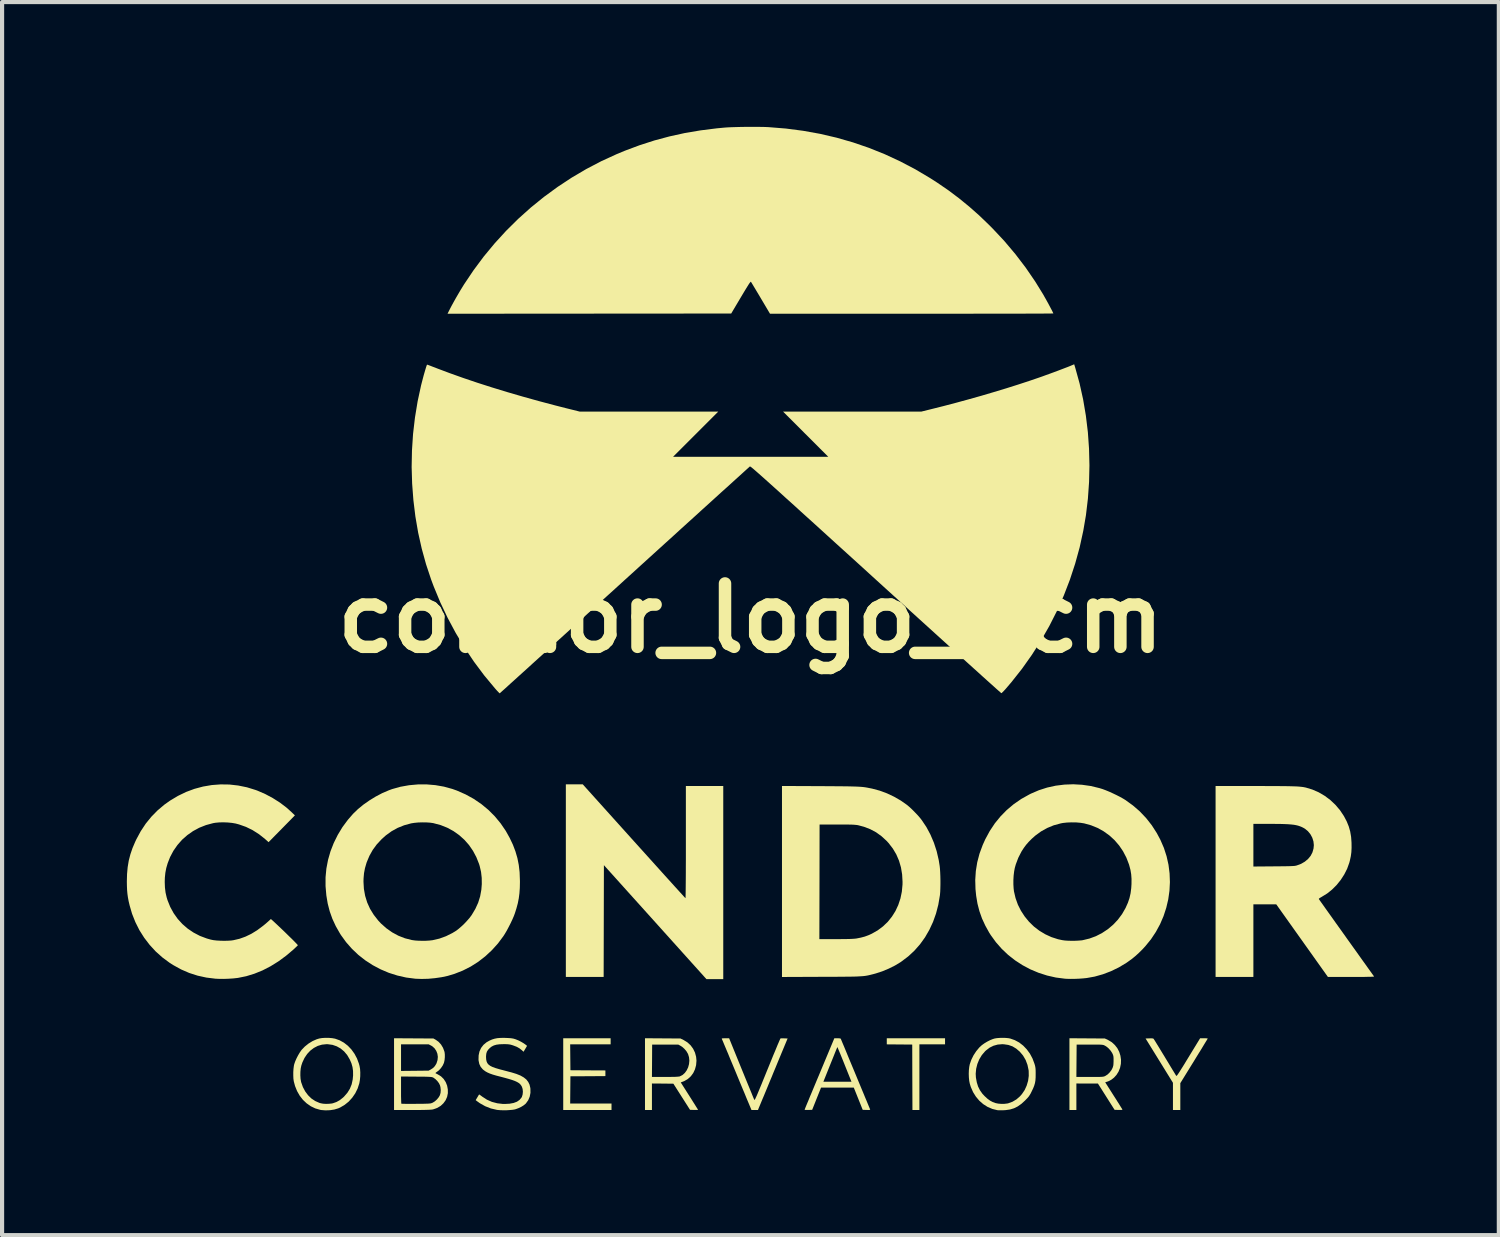
<source format=kicad_pcb>
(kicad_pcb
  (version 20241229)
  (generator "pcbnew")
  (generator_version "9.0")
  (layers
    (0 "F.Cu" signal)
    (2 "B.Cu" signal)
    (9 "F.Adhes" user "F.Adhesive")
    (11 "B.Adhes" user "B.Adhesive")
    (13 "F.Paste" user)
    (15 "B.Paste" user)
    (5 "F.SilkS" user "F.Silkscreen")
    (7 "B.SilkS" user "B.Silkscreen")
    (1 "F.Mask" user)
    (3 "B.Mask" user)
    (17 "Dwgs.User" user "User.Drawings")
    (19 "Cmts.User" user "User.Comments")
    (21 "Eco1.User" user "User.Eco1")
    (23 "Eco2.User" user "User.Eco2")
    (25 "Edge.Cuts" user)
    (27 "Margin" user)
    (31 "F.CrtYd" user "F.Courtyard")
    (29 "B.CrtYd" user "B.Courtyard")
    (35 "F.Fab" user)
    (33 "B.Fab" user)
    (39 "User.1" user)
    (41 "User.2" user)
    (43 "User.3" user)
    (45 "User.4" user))
  (footprint "condor_logo_3cm"
    (layer "F.Cu")
    (at 15 11.814)
    (property "Reference" "condor_logo_3cm" (at 0 0 0) (layer "F.SilkS") (effects (font (size 1.524 1.524) (thickness 0.3))))
    (attr board_only exclude_from_pos_files exclude_from_bom)
    (fp_poly (pts (xy 4.674 10.248) (xy 4.057 10.248) (xy 4.057 11.827) (xy 3.89 11.827) (xy 3.887 11.04) (xy 3.885 10.253) (xy 3.273 10.248) (xy 3.273 10.101) (xy 4.674 10.101)) (stroke (width 0) (type solid)) (fill yes) (layer "F.SilkS"))
    (fp_poly (pts (xy -3.367 10.248) (xy -4.34 10.248) (xy -4.337 10.559) (xy -4.334 10.87) (xy -3.914 10.873) (xy -3.493 10.875) (xy -3.493 11.011) (xy -3.914 11.014) (xy -4.334 11.016) (xy -4.337 11.343) (xy -4.34 11.67) (xy -3.346 11.67) (xy -3.346 11.827) (xy -4.507 11.827) (xy -4.507 10.101) (xy -3.367 10.101)) (stroke (width 0) (type solid)) (fill yes) (layer "F.SilkS"))
    (fp_poly (pts (xy -2.808 5.362) (xy -2.678 5.506) (xy -2.551 5.647) (xy -2.429 5.782) (xy -2.312 5.912) (xy -2.201 6.035) (xy -2.097 6.151) (xy -2 6.258) (xy -1.91 6.357) (xy -1.83 6.446) (xy -1.759 6.524) (xy -1.698 6.591) (xy -1.648 6.646) (xy -1.609 6.689) (xy -1.583 6.717) (xy -1.569 6.731) (xy -1.568 6.733) (xy -1.566 6.723) (xy -1.565 6.693) (xy -1.564 6.643) (xy -1.563 6.574) (xy -1.562 6.487) (xy -1.561 6.382) (xy -1.56 6.261) (xy -1.559 6.122) (xy -1.559 5.968) (xy -1.558 5.799) (xy -1.558 5.616) (xy -1.558 5.418) (xy -1.558 5.386) (xy -1.558 4.036) (xy -0.659 4.036) (xy -0.659 8.679) (xy -1.064 8.679) (xy -2.296 7.309) (xy -3.529 5.939) (xy -3.532 7.283) (xy -3.535 8.627) (xy -4.444 8.627) (xy -4.444 3.995) (xy -4.038 3.995)) (stroke (width 0) (type solid)) (fill yes) (layer "F.SilkS"))
    (fp_poly (pts (xy 10.94 10.102) (xy 10.971 10.104) (xy 10.988 10.106) (xy 10.99 10.107) (xy 10.985 10.117) (xy 10.97 10.143) (xy 10.945 10.183) (xy 10.912 10.237) (xy 10.873 10.302) (xy 10.827 10.378) (xy 10.775 10.461) (xy 10.719 10.552) (xy 10.661 10.647) (xy 10.331 11.181) (xy 10.331 11.827) (xy 10.154 11.827) (xy 10.154 11.172) (xy 9.496 10.107) (xy 9.586 10.104) (xy 9.638 10.103) (xy 9.67 10.106) (xy 9.688 10.113) (xy 9.689 10.114) (xy 9.696 10.126) (xy 9.714 10.153) (xy 9.74 10.195) (xy 9.773 10.249) (xy 9.813 10.314) (xy 9.858 10.388) (xy 9.907 10.469) (xy 9.96 10.555) (xy 9.96 10.556) (xy 10.013 10.643) (xy 10.062 10.724) (xy 10.107 10.799) (xy 10.147 10.865) (xy 10.181 10.92) (xy 10.207 10.963) (xy 10.224 10.991) (xy 10.232 11.004) (xy 10.232 11.004) (xy 10.236 11.006) (xy 10.242 11.004) (xy 10.252 10.995) (xy 10.265 10.978) (xy 10.283 10.952) (xy 10.307 10.916) (xy 10.337 10.868) (xy 10.375 10.808) (xy 10.422 10.733) (xy 10.477 10.642) (xy 10.526 10.562) (xy 10.807 10.102) (xy 10.899 10.102)) (stroke (width 0) (type solid)) (fill yes) (layer "F.SilkS"))
    (fp_poly (pts (xy -1.688 10.107) (xy -1.61 10.145) (xy -1.521 10.2) (xy -1.445 10.27) (xy -1.384 10.353) (xy -1.339 10.446) (xy -1.312 10.545) (xy -1.303 10.64) (xy -1.312 10.748) (xy -1.339 10.848) (xy -1.381 10.938) (xy -1.439 11.016) (xy -1.51 11.08) (xy -1.595 11.13) (xy -1.627 11.143) (xy -1.681 11.163) (xy -1.473 11.49) (xy -1.426 11.564) (xy -1.383 11.633) (xy -1.344 11.694) (xy -1.312 11.746) (xy -1.287 11.785) (xy -1.271 11.812) (xy -1.265 11.822) (xy -1.265 11.823) (xy -1.275 11.824) (xy -1.301 11.825) (xy -1.339 11.825) (xy -1.361 11.825) (xy -1.458 11.822) (xy -1.658 11.508) (xy -1.858 11.194) (xy -2.116 11.191) (xy -2.374 11.189) (xy -2.374 11.827) (xy -2.541 11.827) (xy -2.541 11.032) (xy -2.374 11.032) (xy -2.058 11.032) (xy -1.958 11.031) (xy -1.878 11.03) (xy -1.815 11.029) (xy -1.767 11.026) (xy -1.733 11.023) (xy -1.71 11.02) (xy -1.702 11.017) (xy -1.637 10.984) (xy -1.582 10.934) (xy -1.537 10.871) (xy -1.503 10.799) (xy -1.482 10.721) (xy -1.474 10.64) (xy -1.482 10.559) (xy -1.505 10.482) (xy -1.508 10.476) (xy -1.544 10.414) (xy -1.593 10.356) (xy -1.648 10.307) (xy -1.689 10.281) (xy -1.741 10.253) (xy -2.369 10.253) (xy -2.371 10.643) (xy -2.374 11.032) (xy -2.541 11.032) (xy -2.541 10.101)) (stroke (width 0) (type solid)) (fill yes) (layer "F.SilkS"))
    (fp_poly (pts (xy 2.134 10.103) (xy 2.161 10.109) (xy 2.168 10.115) (xy 2.172 10.126) (xy 2.184 10.155) (xy 2.203 10.201) (xy 2.229 10.262) (xy 2.26 10.336) (xy 2.296 10.423) (xy 2.336 10.521) (xy 2.38 10.627) (xy 2.428 10.742) (xy 2.479 10.864) (xy 2.52 10.963) (xy 2.572 11.089) (xy 2.622 11.209) (xy 2.669 11.323) (xy 2.713 11.428) (xy 2.752 11.523) (xy 2.788 11.608) (xy 2.817 11.679) (xy 2.841 11.737) (xy 2.859 11.78) (xy 2.87 11.806) (xy 2.873 11.813) (xy 2.872 11.82) (xy 2.86 11.824) (xy 2.833 11.826) (xy 2.79 11.825) (xy 2.786 11.825) (xy 2.694 11.822) (xy 2.48 11.288) (xy 1.692 11.288) (xy 1.479 11.822) (xy 1.388 11.825) (xy 1.347 11.825) (xy 1.316 11.824) (xy 1.299 11.822) (xy 1.297 11.82) (xy 1.301 11.81) (xy 1.312 11.781) (xy 1.33 11.736) (xy 1.355 11.676) (xy 1.386 11.603) (xy 1.421 11.516) (xy 1.462 11.419) (xy 1.506 11.313) (xy 1.554 11.198) (xy 1.575 11.147) (xy 1.748 11.147) (xy 2.424 11.147) (xy 2.256 10.728) (xy 2.221 10.64) (xy 2.188 10.559) (xy 2.158 10.486) (xy 2.132 10.423) (xy 2.111 10.373) (xy 2.096 10.337) (xy 2.087 10.317) (xy 2.084 10.314) (xy 2.08 10.324) (xy 2.068 10.352) (xy 2.05 10.395) (xy 2.027 10.452) (xy 2 10.52) (xy 1.969 10.597) (xy 1.935 10.681) (xy 1.914 10.733) (xy 1.748 11.147) (xy 1.575 11.147) (xy 1.605 11.076) (xy 1.655 10.957) (xy 2.012 10.101) (xy 2.087 10.101)) (stroke (width 0) (type solid)) (fill yes) (layer "F.SilkS"))
    (fp_poly (pts (xy -0.221 10.831) (xy -0.173 10.948) (xy -0.127 11.061) (xy -0.084 11.166) (xy -0.044 11.263) (xy -0.008 11.351) (xy 0.023 11.426) (xy 0.048 11.489) (xy 0.068 11.537) (xy 0.082 11.568) (xy 0.088 11.582) (xy 0.088 11.583) (xy 0.091 11.585) (xy 0.095 11.582) (xy 0.102 11.572) (xy 0.112 11.555) (xy 0.124 11.528) (xy 0.141 11.492) (xy 0.162 11.444) (xy 0.187 11.384) (xy 0.217 11.311) (xy 0.254 11.223) (xy 0.296 11.119) (xy 0.346 10.997) (xy 0.402 10.858) (xy 0.403 10.857) (xy 0.451 10.739) (xy 0.497 10.626) (xy 0.54 10.52) (xy 0.581 10.423) (xy 0.617 10.336) (xy 0.648 10.26) (xy 0.675 10.198) (xy 0.695 10.151) (xy 0.71 10.119) (xy 0.717 10.105) (xy 0.717 10.105) (xy 0.733 10.103) (xy 0.763 10.103) (xy 0.802 10.103) (xy 0.808 10.104) (xy 0.888 10.107) (xy 0.647 10.687) (xy 0.6 10.802) (xy 0.551 10.919) (xy 0.503 11.037) (xy 0.455 11.151) (xy 0.411 11.259) (xy 0.37 11.358) (xy 0.334 11.445) (xy 0.304 11.517) (xy 0.291 11.547) (xy 0.175 11.827) (xy 0.02 11.827) (xy -0.001 11.777) (xy -0.008 11.76) (xy -0.023 11.725) (xy -0.044 11.674) (xy -0.072 11.608) (xy -0.105 11.529) (xy -0.142 11.438) (xy -0.184 11.338) (xy -0.23 11.228) (xy -0.278 11.112) (xy -0.328 10.991) (xy -0.352 10.933) (xy -0.403 10.81) (xy -0.452 10.693) (xy -0.498 10.583) (xy -0.54 10.48) (xy -0.579 10.388) (xy -0.613 10.307) (xy -0.642 10.238) (xy -0.664 10.184) (xy -0.681 10.145) (xy -0.69 10.124) (xy -0.692 10.12) (xy -0.695 10.111) (xy -0.69 10.106) (xy -0.674 10.103) (xy -0.642 10.102) (xy -0.609 10.101) (xy -0.518 10.101)) (stroke (width 0) (type solid)) (fill yes) (layer "F.SilkS"))
    (fp_poly (pts (xy 8.517 10.107) (xy 8.597 10.145) (xy 8.684 10.197) (xy 8.757 10.264) (xy 8.817 10.341) (xy 8.862 10.428) (xy 8.891 10.521) (xy 8.905 10.618) (xy 8.902 10.716) (xy 8.882 10.813) (xy 8.845 10.905) (xy 8.796 10.983) (xy 8.738 11.047) (xy 8.671 11.099) (xy 8.6 11.136) (xy 8.58 11.143) (xy 8.525 11.16) (xy 8.729 11.481) (xy 8.776 11.554) (xy 8.819 11.623) (xy 8.858 11.684) (xy 8.89 11.736) (xy 8.915 11.776) (xy 8.932 11.803) (xy 8.938 11.814) (xy 8.936 11.821) (xy 8.922 11.824) (xy 8.893 11.825) (xy 8.847 11.825) (xy 8.846 11.825) (xy 8.75 11.822) (xy 8.55 11.506) (xy 8.35 11.19) (xy 7.832 11.189) (xy 7.832 11.827) (xy 7.665 11.827) (xy 7.665 11.032) (xy 7.832 11.032) (xy 8.154 11.032) (xy 8.244 11.032) (xy 8.317 11.032) (xy 8.373 11.031) (xy 8.416 11.03) (xy 8.449 11.028) (xy 8.473 11.025) (xy 8.491 11.022) (xy 8.507 11.017) (xy 8.522 11.01) (xy 8.528 11.007) (xy 8.58 10.974) (xy 8.63 10.926) (xy 8.673 10.87) (xy 8.702 10.815) (xy 8.713 10.782) (xy 8.721 10.75) (xy 8.724 10.71) (xy 8.726 10.658) (xy 8.726 10.64) (xy 8.726 10.588) (xy 8.724 10.55) (xy 8.719 10.522) (xy 8.711 10.496) (xy 8.698 10.468) (xy 8.697 10.464) (xy 8.658 10.403) (xy 8.607 10.345) (xy 8.55 10.298) (xy 8.516 10.278) (xy 8.501 10.271) (xy 8.487 10.265) (xy 8.47 10.261) (xy 8.45 10.258) (xy 8.422 10.256) (xy 8.384 10.254) (xy 8.334 10.254) (xy 8.27 10.253) (xy 8.188 10.253) (xy 8.151 10.253) (xy 7.838 10.253) (xy 7.835 10.643) (xy 7.832 11.032) (xy 7.665 11.032) (xy 7.665 10.101)) (stroke (width 0) (type solid)) (fill yes) (layer "F.SilkS"))
    (fp_poly (pts (xy -10.142 10.092) (xy -10.062 10.099) (xy -9.994 10.111) (xy -9.994 10.111) (xy -9.884 10.15) (xy -9.781 10.207) (xy -9.686 10.281) (xy -9.601 10.37) (xy -9.527 10.473) (xy -9.466 10.587) (xy -9.42 10.712) (xy -9.405 10.767) (xy -9.392 10.84) (xy -9.387 10.925) (xy -9.388 11.016) (xy -9.396 11.104) (xy -9.41 11.183) (xy -9.41 11.184) (xy -9.45 11.308) (xy -9.507 11.424) (xy -9.58 11.53) (xy -9.665 11.624) (xy -9.763 11.703) (xy -9.87 11.766) (xy -9.918 11.787) (xy -10.011 11.815) (xy -10.115 11.831) (xy -10.222 11.835) (xy -10.325 11.827) (xy -10.352 11.822) (xy -10.469 11.788) (xy -10.577 11.736) (xy -10.677 11.666) (xy -10.766 11.582) (xy -10.843 11.483) (xy -10.907 11.371) (xy -10.956 11.249) (xy -10.986 11.136) (xy -10.995 11.073) (xy -10.998 10.997) (xy -10.998 10.995) (xy -10.828 10.995) (xy -10.823 11.078) (xy -10.81 11.15) (xy -10.808 11.158) (xy -10.767 11.275) (xy -10.711 11.38) (xy -10.642 11.472) (xy -10.562 11.55) (xy -10.47 11.611) (xy -10.37 11.655) (xy -10.339 11.664) (xy -10.281 11.675) (xy -10.212 11.679) (xy -10.139 11.677) (xy -10.073 11.67) (xy -10.045 11.664) (xy -9.959 11.634) (xy -9.879 11.589) (xy -9.801 11.527) (xy -9.776 11.503) (xy -9.697 11.412) (xy -9.637 11.315) (xy -9.594 11.209) (xy -9.569 11.092) (xy -9.56 10.995) (xy -9.561 10.889) (xy -9.574 10.794) (xy -9.6 10.702) (xy -9.641 10.609) (xy -9.702 10.505) (xy -9.775 10.418) (xy -9.859 10.348) (xy -9.953 10.295) (xy -10.055 10.26) (xy -10.165 10.245) (xy -10.202 10.244) (xy -10.308 10.255) (xy -10.409 10.285) (xy -10.503 10.334) (xy -10.589 10.399) (xy -10.664 10.479) (xy -10.728 10.574) (xy -10.779 10.682) (xy -10.804 10.756) (xy -10.819 10.826) (xy -10.827 10.909) (xy -10.828 10.995) (xy -10.998 10.995) (xy -10.998 10.915) (xy -10.993 10.836) (xy -10.984 10.765) (xy -10.975 10.724) (xy -10.953 10.66) (xy -10.921 10.587) (xy -10.883 10.513) (xy -10.843 10.445) (xy -10.803 10.388) (xy -10.798 10.381) (xy -10.72 10.3) (xy -10.63 10.228) (xy -10.534 10.169) (xy -10.436 10.126) (xy -10.373 10.107) (xy -10.306 10.096) (xy -10.226 10.091)) (stroke (width 0) (type solid)) (fill yes) (layer "F.SilkS"))
    (fp_poly (pts (xy 6.13 10.093) (xy 6.194 10.099) (xy 6.238 10.107) (xy 6.35 10.146) (xy 6.456 10.203) (xy 6.553 10.278) (xy 6.639 10.368) (xy 6.715 10.472) (xy 6.777 10.588) (xy 6.824 10.714) (xy 6.836 10.754) (xy 6.844 10.79) (xy 6.849 10.826) (xy 6.852 10.869) (xy 6.853 10.924) (xy 6.853 10.959) (xy 6.852 11.045) (xy 6.847 11.117) (xy 6.836 11.18) (xy 6.818 11.241) (xy 6.792 11.307) (xy 6.758 11.377) (xy 6.732 11.43) (xy 6.708 11.47) (xy 6.684 11.505) (xy 6.655 11.539) (xy 6.616 11.579) (xy 6.599 11.597) (xy 6.51 11.678) (xy 6.422 11.74) (xy 6.332 11.785) (xy 6.236 11.814) (xy 6.131 11.829) (xy 6.081 11.832) (xy 6.03 11.833) (xy 5.985 11.833) (xy 5.95 11.832) (xy 5.934 11.831) (xy 5.812 11.801) (xy 5.697 11.752) (xy 5.593 11.686) (xy 5.499 11.604) (xy 5.417 11.507) (xy 5.348 11.397) (xy 5.294 11.274) (xy 5.269 11.194) (xy 5.255 11.125) (xy 5.247 11.044) (xy 5.244 10.956) (xy 5.244 10.954) (xy 5.411 10.954) (xy 5.416 11.045) (xy 5.437 11.161) (xy 5.468 11.261) (xy 5.513 11.351) (xy 5.572 11.435) (xy 5.626 11.493) (xy 5.692 11.554) (xy 5.755 11.6) (xy 5.818 11.634) (xy 5.889 11.66) (xy 5.893 11.661) (xy 5.954 11.673) (xy 6.027 11.679) (xy 6.102 11.678) (xy 6.17 11.67) (xy 6.194 11.665) (xy 6.297 11.627) (xy 6.391 11.571) (xy 6.477 11.496) (xy 6.523 11.443) (xy 6.588 11.347) (xy 6.637 11.239) (xy 6.671 11.124) (xy 6.687 11.006) (xy 6.685 10.889) (xy 6.683 10.869) (xy 6.656 10.741) (xy 6.612 10.624) (xy 6.55 10.518) (xy 6.472 10.425) (xy 6.386 10.351) (xy 6.295 10.296) (xy 6.197 10.262) (xy 6.09 10.246) (xy 6.049 10.244) (xy 5.94 10.253) (xy 5.839 10.281) (xy 5.746 10.327) (xy 5.66 10.393) (xy 5.636 10.415) (xy 5.559 10.505) (xy 5.497 10.608) (xy 5.451 10.719) (xy 5.422 10.836) (xy 5.411 10.954) (xy 5.244 10.954) (xy 5.247 10.868) (xy 5.256 10.788) (xy 5.268 10.728) (xy 5.306 10.618) (xy 5.359 10.511) (xy 5.424 10.412) (xy 5.497 10.324) (xy 5.555 10.27) (xy 5.614 10.227) (xy 5.683 10.185) (xy 5.755 10.148) (xy 5.824 10.12) (xy 5.868 10.107) (xy 5.921 10.098) (xy 5.987 10.093) (xy 6.059 10.091)) (stroke (width 0) (type solid)) (fill yes) (layer "F.SilkS"))
    (fp_poly (pts (xy 0.198 -11.813) (xy 0.298 -11.812) (xy 0.384 -11.809) (xy 0.429 -11.807) (xy 0.849 -11.773) (xy 1.262 -11.719) (xy 1.669 -11.646) (xy 2.068 -11.553) (xy 2.461 -11.44) (xy 2.846 -11.308) (xy 3.224 -11.156) (xy 3.595 -10.984) (xy 3.959 -10.793) (xy 4.315 -10.582) (xy 4.489 -10.47) (xy 4.756 -10.287) (xy 5.01 -10.096) (xy 5.256 -9.895) (xy 5.498 -9.681) (xy 5.738 -9.45) (xy 5.819 -9.368) (xy 6.101 -9.067) (xy 6.365 -8.754) (xy 6.613 -8.429) (xy 6.843 -8.093) (xy 7.033 -7.785) (xy 7.062 -7.733) (xy 7.095 -7.675) (xy 7.129 -7.614) (xy 7.163 -7.552) (xy 7.195 -7.492) (xy 7.224 -7.437) (xy 7.249 -7.39) (xy 7.266 -7.354) (xy 7.276 -7.332) (xy 7.278 -7.327) (xy 7.268 -7.326) (xy 7.237 -7.326) (xy 7.187 -7.325) (xy 7.119 -7.325) (xy 7.033 -7.324) (xy 6.93 -7.324) (xy 6.81 -7.323) (xy 6.675 -7.323) (xy 6.525 -7.322) (xy 6.362 -7.322) (xy 6.185 -7.322) (xy 5.996 -7.321) (xy 5.795 -7.321) (xy 5.583 -7.321) (xy 5.362 -7.321) (xy 5.131 -7.32) (xy 4.891 -7.32) (xy 4.644 -7.32) (xy 4.39 -7.32) (xy 4.13 -7.32) (xy 3.872 -7.32) (xy 0.465 -7.32) (xy 0.242 -7.696) (xy 0.194 -7.777) (xy 0.149 -7.852) (xy 0.108 -7.921) (xy 0.072 -7.98) (xy 0.043 -8.029) (xy 0.022 -8.064) (xy 0.009 -8.084) (xy 0.007 -8.088) (xy 0.002 -8.089) (xy -0.005 -8.083) (xy -0.017 -8.069) (xy -0.034 -8.046) (xy -0.057 -8.011) (xy -0.086 -7.964) (xy -0.123 -7.904) (xy -0.169 -7.828) (xy -0.224 -7.736) (xy -0.237 -7.714) (xy -0.468 -7.325) (xy -7.289 -7.32) (xy -7.231 -7.435) (xy -7.193 -7.508) (xy -7.146 -7.594) (xy -7.093 -7.689) (xy -7.036 -7.787) (xy -6.979 -7.884) (xy -6.923 -7.975) (xy -6.891 -8.027) (xy -6.662 -8.368) (xy -6.417 -8.697) (xy -6.156 -9.012) (xy -5.881 -9.313) (xy -5.591 -9.6) (xy -5.288 -9.872) (xy -4.971 -10.129) (xy -4.643 -10.369) (xy -4.303 -10.593) (xy -3.952 -10.8) (xy -3.59 -10.989) (xy -3.219 -11.159) (xy -3.024 -11.24) (xy -2.671 -11.372) (xy -2.314 -11.487) (xy -1.952 -11.584) (xy -1.584 -11.665) (xy -1.206 -11.729) (xy -0.816 -11.778) (xy -0.627 -11.796) (xy -0.557 -11.801) (xy -0.47 -11.805) (xy -0.37 -11.808) (xy -0.26 -11.811) (xy -0.144 -11.813) (xy -0.027 -11.814) (xy 0.088 -11.814)) (stroke (width 0) (type solid)) (fill yes) (layer "F.SilkS"))
    (fp_poly (pts (xy -8.102 10.104) (xy -7.628 10.107) (xy -7.572 10.138) (xy -7.504 10.187) (xy -7.445 10.252) (xy -7.398 10.33) (xy -7.366 10.415) (xy -7.36 10.438) (xy -7.354 10.492) (xy -7.354 10.557) (xy -7.36 10.623) (xy -7.372 10.681) (xy -7.377 10.697) (xy -7.406 10.759) (xy -7.448 10.82) (xy -7.496 10.872) (xy -7.527 10.896) (xy -7.555 10.916) (xy -7.574 10.931) (xy -7.58 10.938) (xy -7.572 10.945) (xy -7.549 10.957) (xy -7.52 10.972) (xy -7.445 11.018) (xy -7.382 11.08) (xy -7.333 11.155) (xy -7.299 11.24) (xy -7.282 11.332) (xy -7.281 11.422) (xy -7.299 11.51) (xy -7.335 11.592) (xy -7.387 11.664) (xy -7.453 11.726) (xy -7.532 11.774) (xy -7.621 11.807) (xy -7.659 11.816) (xy -7.687 11.818) (xy -7.733 11.821) (xy -7.798 11.823) (xy -7.878 11.825) (xy -7.972 11.826) (xy -8.079 11.827) (xy -8.148 11.827) (xy -8.575 11.827) (xy -8.575 11.021) (xy -8.407 11.021) (xy -8.407 11.344) (xy -8.407 11.424) (xy -8.407 11.497) (xy -8.405 11.561) (xy -8.404 11.613) (xy -8.402 11.651) (xy -8.401 11.671) (xy -8.4 11.674) (xy -8.388 11.676) (xy -8.358 11.677) (xy -8.311 11.678) (xy -8.252 11.679) (xy -8.181 11.679) (xy -8.102 11.679) (xy -8.047 11.678) (xy -7.953 11.678) (xy -7.877 11.677) (xy -7.817 11.675) (xy -7.771 11.674) (xy -7.736 11.672) (xy -7.709 11.669) (xy -7.689 11.666) (xy -7.673 11.661) (xy -7.658 11.655) (xy -7.647 11.651) (xy -7.594 11.618) (xy -7.543 11.572) (xy -7.5 11.519) (xy -7.474 11.474) (xy -7.457 11.415) (xy -7.452 11.347) (xy -7.459 11.277) (xy -7.47 11.234) (xy -7.495 11.182) (xy -7.534 11.13) (xy -7.58 11.084) (xy -7.627 11.05) (xy -7.627 11.05) (xy -7.639 11.044) (xy -7.652 11.039) (xy -7.667 11.035) (xy -7.688 11.032) (xy -7.716 11.03) (xy -7.754 11.028) (xy -7.803 11.026) (xy -7.867 11.025) (xy -7.948 11.025) (xy -8.039 11.024) (xy -8.407 11.021) (xy -8.575 11.021) (xy -8.575 10.887) (xy -8.407 10.887) (xy -7.743 10.88) (xy -7.688 10.85) (xy -7.634 10.814) (xy -7.593 10.77) (xy -7.559 10.714) (xy -7.553 10.701) (xy -7.529 10.625) (xy -7.522 10.548) (xy -7.533 10.473) (xy -7.56 10.404) (xy -7.602 10.342) (xy -7.657 10.293) (xy -7.685 10.277) (xy -7.741 10.248) (xy -8.407 10.248) (xy -8.407 10.887) (xy -8.575 10.887) (xy -8.575 10.101)) (stroke (width 0) (type solid)) (fill yes) (layer "F.SilkS"))
    (fp_poly (pts (xy 1.671 4.039) (xy 1.837 4.04) (xy 1.985 4.041) (xy 2.115 4.042) (xy 2.228 4.043) (xy 2.327 4.044) (xy 2.413 4.046) (xy 2.487 4.048) (xy 2.552 4.05) (xy 2.608 4.053) (xy 2.657 4.056) (xy 2.701 4.06) (xy 2.741 4.065) (xy 2.78 4.071) (xy 2.818 4.078) (xy 2.856 4.086) (xy 2.898 4.094) (xy 2.926 4.1) (xy 3.101 4.147) (xy 3.277 4.212) (xy 3.448 4.293) (xy 3.61 4.386) (xy 3.758 4.49) (xy 3.759 4.491) (xy 3.817 4.54) (xy 3.883 4.601) (xy 3.951 4.67) (xy 4.017 4.739) (xy 4.075 4.806) (xy 4.111 4.852) (xy 4.224 5.02) (xy 4.322 5.203) (xy 4.405 5.397) (xy 4.472 5.602) (xy 4.522 5.817) (xy 4.545 5.96) (xy 4.552 6.028) (xy 4.557 6.111) (xy 4.561 6.204) (xy 4.563 6.302) (xy 4.563 6.4) (xy 4.561 6.494) (xy 4.558 6.579) (xy 4.552 6.649) (xy 4.55 6.666) (xy 4.512 6.889) (xy 4.457 7.102) (xy 4.385 7.304) (xy 4.296 7.495) (xy 4.192 7.675) (xy 4.072 7.842) (xy 3.937 7.995) (xy 3.787 8.134) (xy 3.623 8.258) (xy 3.603 8.272) (xy 3.469 8.353) (xy 3.32 8.427) (xy 3.164 8.492) (xy 3.008 8.543) (xy 2.949 8.559) (xy 2.909 8.569) (xy 2.873 8.578) (xy 2.839 8.586) (xy 2.805 8.593) (xy 2.771 8.599) (xy 2.734 8.604) (xy 2.694 8.608) (xy 2.648 8.611) (xy 2.595 8.614) (xy 2.534 8.617) (xy 2.462 8.619) (xy 2.38 8.62) (xy 2.284 8.621) (xy 2.174 8.622) (xy 2.048 8.623) (xy 1.904 8.623) (xy 1.742 8.624) (xy 1.697 8.624) (xy 0.753 8.628) (xy 0.753 7.717) (xy 1.652 7.717) (xy 2.052 7.717) (xy 2.167 7.717) (xy 2.264 7.716) (xy 2.344 7.715) (xy 2.409 7.713) (xy 2.462 7.71) (xy 2.505 7.707) (xy 2.539 7.703) (xy 2.546 7.702) (xy 2.651 7.681) (xy 2.745 7.656) (xy 2.834 7.623) (xy 2.913 7.587) (xy 3.054 7.507) (xy 3.182 7.411) (xy 3.297 7.301) (xy 3.396 7.178) (xy 3.481 7.043) (xy 3.549 6.897) (xy 3.601 6.741) (xy 3.635 6.577) (xy 3.651 6.406) (xy 3.652 6.342) (xy 3.642 6.163) (xy 3.614 5.993) (xy 3.567 5.832) (xy 3.502 5.681) (xy 3.418 5.539) (xy 3.315 5.406) (xy 3.266 5.353) (xy 3.145 5.242) (xy 3.016 5.149) (xy 2.877 5.075) (xy 2.727 5.017) (xy 2.589 4.98) (xy 2.565 4.975) (xy 2.538 4.972) (xy 2.507 4.969) (xy 2.47 4.966) (xy 2.423 4.964) (xy 2.364 4.963) (xy 2.292 4.962) (xy 2.204 4.962) (xy 2.098 4.962) (xy 2.081 4.962) (xy 1.657 4.962) (xy 1.655 6.34) (xy 1.652 7.717) (xy 0.753 7.717) (xy 0.753 4.035)) (stroke (width 0) (type solid)) (fill yes) (layer "F.SilkS"))
    (fp_poly (pts (xy 12.3 4.036) (xy 12.457 4.037) (xy 12.596 4.037) (xy 12.718 4.038) (xy 12.824 4.039) (xy 12.917 4.04) (xy 12.997 4.042) (xy 13.065 4.044) (xy 13.124 4.046) (xy 13.174 4.049) (xy 13.217 4.053) (xy 13.254 4.057) (xy 13.287 4.061) (xy 13.317 4.067) (xy 13.345 4.073) (xy 13.348 4.073) (xy 13.506 4.121) (xy 13.658 4.187) (xy 13.803 4.272) (xy 13.937 4.372) (xy 14.06 4.488) (xy 14.17 4.617) (xy 14.264 4.758) (xy 14.267 4.763) (xy 14.332 4.887) (xy 14.381 5.007) (xy 14.416 5.13) (xy 14.438 5.259) (xy 14.448 5.402) (xy 14.448 5.406) (xy 14.449 5.524) (xy 14.444 5.627) (xy 14.431 5.724) (xy 14.41 5.821) (xy 14.394 5.882) (xy 14.343 6.024) (xy 14.274 6.161) (xy 14.189 6.293) (xy 14.091 6.415) (xy 13.982 6.524) (xy 13.864 6.619) (xy 13.739 6.696) (xy 13.735 6.699) (xy 13.7 6.719) (xy 13.674 6.736) (xy 13.662 6.749) (xy 13.661 6.752) (xy 13.668 6.762) (xy 13.686 6.788) (xy 13.714 6.828) (xy 13.753 6.882) (xy 13.8 6.949) (xy 13.856 7.028) (xy 13.919 7.116) (xy 13.989 7.214) (xy 14.064 7.32) (xy 14.145 7.433) (xy 14.23 7.552) (xy 14.318 7.675) (xy 14.325 7.686) (xy 14.414 7.81) (xy 14.499 7.929) (xy 14.58 8.042) (xy 14.656 8.149) (xy 14.726 8.247) (xy 14.79 8.336) (xy 14.846 8.415) (xy 14.895 8.483) (xy 14.934 8.538) (xy 14.964 8.579) (xy 14.983 8.606) (xy 14.99 8.617) (xy 14.991 8.617) (xy 14.982 8.619) (xy 14.953 8.621) (xy 14.905 8.623) (xy 14.84 8.624) (xy 14.759 8.626) (xy 14.661 8.626) (xy 14.549 8.627) (xy 14.438 8.627) (xy 13.88 8.627) (xy 13.259 7.754) (xy 12.638 6.881) (xy 12.088 6.881) (xy 12.088 8.627) (xy 11.179 8.627) (xy 11.179 4.946) (xy 12.088 4.946) (xy 12.088 5.972) (xy 12.577 5.968) (xy 12.694 5.967) (xy 12.792 5.966) (xy 12.872 5.965) (xy 12.938 5.964) (xy 12.991 5.962) (xy 13.033 5.96) (xy 13.065 5.958) (xy 13.091 5.955) (xy 13.111 5.951) (xy 13.128 5.947) (xy 13.129 5.947) (xy 13.234 5.908) (xy 13.325 5.855) (xy 13.402 5.791) (xy 13.464 5.716) (xy 13.508 5.632) (xy 13.534 5.54) (xy 13.542 5.458) (xy 13.532 5.367) (xy 13.504 5.278) (xy 13.459 5.195) (xy 13.4 5.123) (xy 13.329 5.064) (xy 13.293 5.043) (xy 13.252 5.022) (xy 13.21 5.005) (xy 13.166 4.99) (xy 13.117 4.978) (xy 13.062 4.968) (xy 12.998 4.961) (xy 12.923 4.955) (xy 12.836 4.951) (xy 12.735 4.948) (xy 12.616 4.947) (xy 12.479 4.946) (xy 12.462 4.946) (xy 12.088 4.946) (xy 11.179 4.946) (xy 11.179 4.036) (xy 12.124 4.036)) (stroke (width 0) (type solid)) (fill yes) (layer "F.SilkS"))
    (fp_poly (pts (xy -5.894 10.093) (xy -5.829 10.096) (xy -5.779 10.099) (xy -5.739 10.104) (xy -5.705 10.11) (xy -5.671 10.12) (xy -5.652 10.126) (xy -5.587 10.152) (xy -5.52 10.186) (xy -5.457 10.223) (xy -5.407 10.259) (xy -5.404 10.261) (xy -5.377 10.284) (xy -5.419 10.355) (xy -5.461 10.426) (xy -5.506 10.385) (xy -5.56 10.343) (xy -5.624 10.307) (xy -5.705 10.276) (xy -5.731 10.267) (xy -5.769 10.256) (xy -5.806 10.249) (xy -5.846 10.245) (xy -5.897 10.243) (xy -5.945 10.243) (xy -6.037 10.246) (xy -6.113 10.256) (xy -6.175 10.274) (xy -6.228 10.301) (xy -6.272 10.335) (xy -6.314 10.379) (xy -6.342 10.423) (xy -6.357 10.472) (xy -6.363 10.533) (xy -6.363 10.551) (xy -6.36 10.609) (xy -6.35 10.658) (xy -6.332 10.699) (xy -6.303 10.734) (xy -6.261 10.765) (xy -6.205 10.793) (xy -6.132 10.819) (xy -6.041 10.846) (xy -6.008 10.855) (xy -5.95 10.87) (xy -5.882 10.888) (xy -5.811 10.907) (xy -5.752 10.922) (xy -5.635 10.958) (xy -5.537 10.997) (xy -5.458 11.042) (xy -5.395 11.092) (xy -5.349 11.151) (xy -5.317 11.217) (xy -5.299 11.293) (xy -5.296 11.315) (xy -5.295 11.414) (xy -5.313 11.506) (xy -5.349 11.591) (xy -5.402 11.665) (xy -5.417 11.681) (xy -5.461 11.716) (xy -5.518 11.751) (xy -5.583 11.782) (xy -5.649 11.806) (xy -5.67 11.812) (xy -5.722 11.821) (xy -5.788 11.827) (xy -5.863 11.832) (xy -5.94 11.833) (xy -6.014 11.831) (xy -6.077 11.826) (xy -6.102 11.823) (xy -6.247 11.789) (xy -6.384 11.735) (xy -6.512 11.663) (xy -6.587 11.609) (xy -6.612 11.589) (xy -6.572 11.522) (xy -6.553 11.49) (xy -6.538 11.465) (xy -6.53 11.453) (xy -6.53 11.452) (xy -6.521 11.457) (xy -6.5 11.471) (xy -6.47 11.493) (xy -6.456 11.504) (xy -6.343 11.577) (xy -6.222 11.631) (xy -6.092 11.665) (xy -5.955 11.681) (xy -5.91 11.681) (xy -5.796 11.675) (xy -5.7 11.657) (xy -5.62 11.627) (xy -5.558 11.584) (xy -5.512 11.53) (xy -5.5 11.508) (xy -5.483 11.452) (xy -5.477 11.387) (xy -5.483 11.323) (xy -5.5 11.268) (xy -5.52 11.234) (xy -5.544 11.204) (xy -5.576 11.177) (xy -5.618 11.152) (xy -5.67 11.128) (xy -5.736 11.104) (xy -5.817 11.079) (xy -5.915 11.052) (xy -6.009 11.027) (xy -6.114 11) (xy -6.2 10.975) (xy -6.271 10.95) (xy -6.33 10.924) (xy -6.378 10.897) (xy -6.419 10.867) (xy -6.442 10.848) (xy -6.492 10.789) (xy -6.525 10.72) (xy -6.542 10.638) (xy -6.544 10.617) (xy -6.541 10.513) (xy -6.521 10.419) (xy -6.482 10.334) (xy -6.425 10.26) (xy -6.351 10.198) (xy -6.28 10.158) (xy -6.218 10.131) (xy -6.157 10.112) (xy -6.092 10.099) (xy -6.018 10.093) (xy -5.931 10.092)) (stroke (width 0) (type solid)) (fill yes) (layer "F.SilkS"))
    (fp_poly (pts (xy -12.534 4) (xy -12.322 4.024) (xy -12.112 4.067) (xy -11.905 4.131) (xy -11.861 4.147) (xy -11.672 4.229) (xy -11.489 4.327) (xy -11.316 4.437) (xy -11.156 4.559) (xy -11.04 4.664) (xy -10.959 4.742) (xy -11.275 5.064) (xy -11.592 5.386) (xy -11.675 5.312) (xy -11.822 5.195) (xy -11.976 5.097) (xy -12.135 5.019) (xy -12.302 4.96) (xy -12.384 4.938) (xy -12.472 4.923) (xy -12.572 4.913) (xy -12.677 4.909) (xy -12.779 4.911) (xy -12.873 4.92) (xy -12.925 4.929) (xy -13.096 4.975) (xy -13.258 5.039) (xy -13.408 5.12) (xy -13.546 5.217) (xy -13.672 5.328) (xy -13.783 5.454) (xy -13.88 5.593) (xy -13.96 5.744) (xy -14.018 5.891) (xy -14.052 6.008) (xy -14.074 6.122) (xy -14.086 6.24) (xy -14.089 6.342) (xy -14.084 6.476) (xy -14.069 6.599) (xy -14.042 6.716) (xy -14.022 6.781) (xy -13.957 6.943) (xy -13.875 7.093) (xy -13.777 7.231) (xy -13.664 7.355) (xy -13.537 7.465) (xy -13.396 7.56) (xy -13.243 7.64) (xy -13.078 7.702) (xy -12.983 7.729) (xy -12.919 7.742) (xy -12.839 7.751) (xy -12.751 7.756) (xy -12.659 7.758) (xy -12.57 7.756) (xy -12.49 7.751) (xy -12.436 7.743) (xy -12.29 7.709) (xy -12.148 7.658) (xy -12.007 7.59) (xy -11.867 7.504) (xy -11.726 7.399) (xy -11.659 7.344) (xy -11.618 7.308) (xy -11.583 7.277) (xy -11.556 7.252) (xy -11.541 7.238) (xy -11.539 7.235) (xy -11.53 7.24) (xy -11.509 7.258) (xy -11.477 7.287) (xy -11.435 7.326) (xy -11.386 7.372) (xy -11.331 7.424) (xy -11.273 7.479) (xy -11.212 7.537) (xy -11.152 7.596) (xy -11.094 7.653) (xy -11.039 7.706) (xy -10.99 7.755) (xy -10.949 7.797) (xy -10.917 7.83) (xy -10.896 7.853) (xy -10.888 7.864) (xy -10.888 7.865) (xy -10.896 7.874) (xy -10.917 7.895) (xy -10.948 7.924) (xy -10.985 7.959) (xy -10.99 7.964) (xy -11.171 8.117) (xy -11.356 8.253) (xy -11.546 8.371) (xy -11.738 8.47) (xy -11.933 8.549) (xy -12.128 8.609) (xy -12.324 8.649) (xy -12.345 8.652) (xy -12.446 8.663) (xy -12.557 8.67) (xy -12.672 8.674) (xy -12.782 8.673) (xy -12.87 8.669) (xy -13.088 8.642) (xy -13.298 8.596) (xy -13.5 8.531) (xy -13.696 8.446) (xy -13.886 8.341) (xy -13.971 8.287) (xy -14.145 8.158) (xy -14.306 8.014) (xy -14.452 7.855) (xy -14.583 7.684) (xy -14.698 7.502) (xy -14.795 7.309) (xy -14.875 7.107) (xy -14.933 6.907) (xy -14.957 6.806) (xy -14.974 6.715) (xy -14.986 6.628) (xy -14.994 6.54) (xy -14.998 6.443) (xy -15 6.332) (xy -14.995 6.152) (xy -14.98 5.986) (xy -14.954 5.83) (xy -14.915 5.679) (xy -14.864 5.529) (xy -14.798 5.374) (xy -14.771 5.317) (xy -14.665 5.121) (xy -14.545 4.94) (xy -14.41 4.774) (xy -14.261 4.622) (xy -14.096 4.483) (xy -13.961 4.387) (xy -13.772 4.274) (xy -13.576 4.179) (xy -13.374 4.104) (xy -13.168 4.049) (xy -12.958 4.013) (xy -12.746 3.997)) (stroke (width 0) (type solid)) (fill yes) (layer "F.SilkS"))
    (fp_poly (pts (xy -7.581 4.015) (xy -7.375 4.051) (xy -7.175 4.106) (xy -7.063 4.146) (xy -6.854 4.238) (xy -6.658 4.346) (xy -6.476 4.47) (xy -6.307 4.61) (xy -6.153 4.764) (xy -6.013 4.933) (xy -5.888 5.116) (xy -5.795 5.283) (xy -5.717 5.447) (xy -5.656 5.608) (xy -5.609 5.769) (xy -5.576 5.934) (xy -5.556 6.108) (xy -5.549 6.295) (xy -5.548 6.342) (xy -5.551 6.486) (xy -5.56 6.615) (xy -5.576 6.737) (xy -5.599 6.855) (xy -5.632 6.978) (xy -5.669 7.095) (xy -5.695 7.165) (xy -5.73 7.246) (xy -5.772 7.335) (xy -5.818 7.425) (xy -5.864 7.512) (xy -5.91 7.59) (xy -5.945 7.645) (xy -6.076 7.821) (xy -6.222 7.983) (xy -6.38 8.13) (xy -6.55 8.262) (xy -6.731 8.377) (xy -6.922 8.474) (xy -7.12 8.552) (xy -7.286 8.602) (xy -7.432 8.633) (xy -7.59 8.656) (xy -7.752 8.671) (xy -7.91 8.675) (xy -8.058 8.67) (xy -8.068 8.669) (xy -8.284 8.641) (xy -8.495 8.593) (xy -8.7 8.528) (xy -8.898 8.444) (xy -9.087 8.344) (xy -9.266 8.228) (xy -9.433 8.097) (xy -9.587 7.951) (xy -9.727 7.792) (xy -9.851 7.621) (xy -9.878 7.578) (xy -9.977 7.404) (xy -10.058 7.229) (xy -10.122 7.049) (xy -10.17 6.863) (xy -10.203 6.666) (xy -10.221 6.456) (xy -10.222 6.441) (xy -10.222 6.337) (xy -9.31 6.337) (xy -9.3 6.51) (xy -9.27 6.677) (xy -9.221 6.836) (xy -9.152 6.989) (xy -9.063 7.133) (xy -8.956 7.27) (xy -8.889 7.342) (xy -8.759 7.457) (xy -8.62 7.555) (xy -8.47 7.636) (xy -8.314 7.697) (xy -8.15 7.739) (xy -8.13 7.742) (xy -8.064 7.751) (xy -7.984 7.756) (xy -7.897 7.758) (xy -7.808 7.757) (xy -7.725 7.752) (xy -7.654 7.744) (xy -7.643 7.742) (xy -7.484 7.705) (xy -7.327 7.648) (xy -7.174 7.572) (xy -7.079 7.514) (xy -7.022 7.47) (xy -6.957 7.414) (xy -6.889 7.35) (xy -6.824 7.281) (xy -6.764 7.213) (xy -6.716 7.149) (xy -6.705 7.133) (xy -6.619 6.988) (xy -6.552 6.841) (xy -6.505 6.69) (xy -6.476 6.531) (xy -6.465 6.394) (xy -6.467 6.244) (xy -6.483 6.102) (xy -6.515 5.963) (xy -6.53 5.913) (xy -6.595 5.749) (xy -6.676 5.596) (xy -6.772 5.456) (xy -6.884 5.329) (xy -7.009 5.217) (xy -7.146 5.12) (xy -7.295 5.039) (xy -7.453 4.976) (xy -7.621 4.931) (xy -7.632 4.928) (xy -7.709 4.917) (xy -7.8 4.911) (xy -7.898 4.91) (xy -7.996 4.913) (xy -8.088 4.922) (xy -8.164 4.934) (xy -8.332 4.98) (xy -8.489 5.043) (xy -8.635 5.124) (xy -8.773 5.224) (xy -8.872 5.313) (xy -8.99 5.439) (xy -9.088 5.573) (xy -9.168 5.716) (xy -9.232 5.869) (xy -9.238 5.887) (xy -9.274 6.011) (xy -9.297 6.131) (xy -9.308 6.257) (xy -9.31 6.337) (xy -10.222 6.337) (xy -10.222 6.231) (xy -10.202 6.02) (xy -10.162 5.811) (xy -10.103 5.606) (xy -10.025 5.406) (xy -9.929 5.212) (xy -9.816 5.025) (xy -9.685 4.848) (xy -9.558 4.702) (xy -9.443 4.591) (xy -9.311 4.483) (xy -9.167 4.382) (xy -9.015 4.289) (xy -8.859 4.207) (xy -8.703 4.14) (xy -8.622 4.11) (xy -8.421 4.054) (xy -8.214 4.017) (xy -8.004 3.998) (xy -7.792 3.997)) (stroke (width 0) (type solid)) (fill yes) (layer "F.SilkS"))
    (fp_poly (pts (xy 7.968 4.006) (xy 8.179 4.036) (xy 8.385 4.086) (xy 8.463 4.11) (xy 8.535 4.137) (xy 8.618 4.171) (xy 8.706 4.211) (xy 8.796 4.254) (xy 8.881 4.297) (xy 8.956 4.339) (xy 9.008 4.371) (xy 9.191 4.503) (xy 9.358 4.648) (xy 9.509 4.807) (xy 9.645 4.98) (xy 9.765 5.167) (xy 9.851 5.328) (xy 9.936 5.524) (xy 10.001 5.725) (xy 10.047 5.93) (xy 10.073 6.138) (xy 10.081 6.346) (xy 10.07 6.555) (xy 10.041 6.761) (xy 9.993 6.965) (xy 9.928 7.164) (xy 9.845 7.357) (xy 9.744 7.543) (xy 9.626 7.721) (xy 9.49 7.888) (xy 9.422 7.962) (xy 9.333 8.05) (xy 9.248 8.127) (xy 9.163 8.196) (xy 9.07 8.263) (xy 9.036 8.287) (xy 8.855 8.396) (xy 8.666 8.488) (xy 8.472 8.562) (xy 8.274 8.618) (xy 8.08 8.653) (xy 7.991 8.662) (xy 7.893 8.669) (xy 7.791 8.673) (xy 7.693 8.674) (xy 7.605 8.672) (xy 7.555 8.669) (xy 7.339 8.641) (xy 7.128 8.593) (xy 6.923 8.527) (xy 6.725 8.444) (xy 6.537 8.344) (xy 6.358 8.228) (xy 6.191 8.097) (xy 6.038 7.952) (xy 5.898 7.793) (xy 5.774 7.622) (xy 5.738 7.566) (xy 5.642 7.393) (xy 5.563 7.222) (xy 5.501 7.047) (xy 5.454 6.866) (xy 5.422 6.675) (xy 5.406 6.515) (xy 5.403 6.401) (xy 6.317 6.401) (xy 6.323 6.501) (xy 6.331 6.568) (xy 6.369 6.731) (xy 6.425 6.888) (xy 6.499 7.035) (xy 6.589 7.173) (xy 6.693 7.3) (xy 6.811 7.415) (xy 6.941 7.515) (xy 7.082 7.6) (xy 7.232 7.669) (xy 7.39 7.72) (xy 7.492 7.742) (xy 7.556 7.751) (xy 7.633 7.756) (xy 7.719 7.758) (xy 7.806 7.757) (xy 7.888 7.753) (xy 7.959 7.747) (xy 7.984 7.743) (xy 8.146 7.704) (xy 8.301 7.647) (xy 8.449 7.571) (xy 8.588 7.479) (xy 8.715 7.372) (xy 8.83 7.25) (xy 8.93 7.116) (xy 9.014 6.97) (xy 9.019 6.959) (xy 9.071 6.842) (xy 9.109 6.73) (xy 9.135 6.615) (xy 9.151 6.491) (xy 9.157 6.394) (xy 9.158 6.27) (xy 9.15 6.159) (xy 9.132 6.052) (xy 9.103 5.943) (xy 9.097 5.922) (xy 9.034 5.758) (xy 8.954 5.605) (xy 8.859 5.465) (xy 8.749 5.337) (xy 8.625 5.224) (xy 8.489 5.126) (xy 8.342 5.044) (xy 8.184 4.98) (xy 8.018 4.934) (xy 7.927 4.92) (xy 7.823 4.911) (xy 7.714 4.91) (xy 7.606 4.914) (xy 7.507 4.925) (xy 7.459 4.934) (xy 7.289 4.98) (xy 7.131 5.045) (xy 6.982 5.128) (xy 6.844 5.229) (xy 6.762 5.302) (xy 6.687 5.377) (xy 6.624 5.449) (xy 6.569 5.523) (xy 6.516 5.605) (xy 6.51 5.615) (xy 6.435 5.762) (xy 6.375 5.921) (xy 6.351 6.006) (xy 6.335 6.091) (xy 6.323 6.19) (xy 6.317 6.296) (xy 6.317 6.401) (xy 5.403 6.401) (xy 5.4 6.296) (xy 5.414 6.081) (xy 5.448 5.87) (xy 5.503 5.661) (xy 5.579 5.455) (xy 5.641 5.317) (xy 5.749 5.118) (xy 5.871 4.934) (xy 6.008 4.766) (xy 6.159 4.612) (xy 6.326 4.472) (xy 6.507 4.347) (xy 6.704 4.237) (xy 6.74 4.219) (xy 6.931 4.137) (xy 7.13 4.073) (xy 7.335 4.028) (xy 7.545 4.002) (xy 7.757 3.994)) (stroke (width 0) (type solid)) (fill yes) (layer "F.SilkS"))
    (fp_poly (pts (xy 7.805 -6.02) (xy 7.909 -5.644) (xy 7.994 -5.26) (xy 8.06 -4.87) (xy 8.108 -4.474) (xy 8.136 -4.075) (xy 8.146 -3.675) (xy 8.137 -3.274) (xy 8.109 -2.874) (xy 8.062 -2.477) (xy 7.998 -2.102) (xy 7.911 -1.704) (xy 7.803 -1.312) (xy 7.676 -0.925) (xy 7.53 -0.546) (xy 7.365 -0.174) (xy 7.181 0.189) (xy 6.979 0.542) (xy 6.759 0.886) (xy 6.523 1.219) (xy 6.269 1.54) (xy 6.124 1.71) (xy 6.09 1.746) (xy 6.061 1.776) (xy 6.04 1.796) (xy 6.028 1.804) (xy 6.019 1.797) (xy 5.996 1.776) (xy 5.958 1.743) (xy 5.907 1.698) (xy 5.843 1.64) (xy 5.767 1.572) (xy 5.679 1.493) (xy 5.58 1.404) (xy 5.471 1.305) (xy 5.352 1.198) (xy 5.225 1.083) (xy 5.089 0.96) (xy 4.945 0.83) (xy 4.795 0.694) (xy 4.638 0.551) (xy 4.475 0.404) (xy 4.308 0.252) (xy 4.136 0.096) (xy 4.03 0) (xy 3.732 -0.271) (xy 3.449 -0.528) (xy 3.18 -0.772) (xy 2.926 -1.003) (xy 2.686 -1.222) (xy 2.459 -1.428) (xy 2.245 -1.622) (xy 2.044 -1.804) (xy 1.856 -1.975) (xy 1.679 -2.136) (xy 1.514 -2.286) (xy 1.36 -2.425) (xy 1.216 -2.555) (xy 1.084 -2.676) (xy 0.961 -2.787) (xy 0.847 -2.889) (xy 0.743 -2.984) (xy 0.648 -3.07) (xy 0.561 -3.148) (xy 0.482 -3.219) (xy 0.411 -3.283) (xy 0.346 -3.341) (xy 0.289 -3.392) (xy 0.238 -3.437) (xy 0.193 -3.477) (xy 0.154 -3.511) (xy 0.12 -3.541) (xy 0.091 -3.566) (xy 0.067 -3.587) (xy 0.046 -3.604) (xy 0.029 -3.618) (xy 0.016 -3.629) (xy 0.005 -3.636) (xy -0.003 -3.642) (xy -0.009 -3.645) (xy -0.014 -3.647) (xy -0.017 -3.648) (xy -0.019 -3.647) (xy -0.02 -3.647) (xy -0.029 -3.639) (xy -0.053 -3.617) (xy -0.091 -3.583) (xy -0.143 -3.536) (xy -0.209 -3.476) (xy -0.287 -3.405) (xy -0.378 -3.323) (xy -0.48 -3.23) (xy -0.594 -3.127) (xy -0.719 -3.015) (xy -0.853 -2.893) (xy -0.997 -2.762) (xy -1.151 -2.623) (xy -1.312 -2.476) (xy -1.482 -2.322) (xy -1.66 -2.161) (xy -1.844 -1.993) (xy -2.035 -1.82) (xy -2.232 -1.641) (xy -2.434 -1.458) (xy -2.641 -1.27) (xy -2.852 -1.078) (xy -3.032 -0.915) (xy -3.246 -0.72) (xy -3.457 -0.529) (xy -3.663 -0.342) (xy -3.864 -0.159) (xy -4.06 0.018) (xy -4.249 0.19) (xy -4.432 0.356) (xy -4.608 0.516) (xy -4.776 0.668) (xy -4.936 0.813) (xy -5.088 0.951) (xy -5.23 1.079) (xy -5.362 1.2) (xy -5.484 1.31) (xy -5.596 1.411) (xy -5.696 1.502) (xy -5.784 1.581) (xy -5.859 1.65) (xy -5.922 1.707) (xy -5.972 1.751) (xy -6.007 1.783) (xy -6.028 1.802) (xy -6.034 1.807) (xy -6.043 1.801) (xy -6.063 1.781) (xy -6.092 1.751) (xy -6.127 1.712) (xy -6.149 1.687) (xy -6.409 1.374) (xy -6.653 1.047) (xy -6.881 0.707) (xy -7.092 0.356) (xy -7.286 -0.007) (xy -7.463 -0.38) (xy -7.621 -0.762) (xy -7.682 -0.925) (xy -7.805 -1.294) (xy -7.909 -1.671) (xy -7.995 -2.055) (xy -8.062 -2.445) (xy -8.11 -2.839) (xy -8.14 -3.236) (xy -8.152 -3.635) (xy -8.144 -4.033) (xy -8.118 -4.43) (xy -8.072 -4.824) (xy -8.008 -5.214) (xy -7.925 -5.598) (xy -7.906 -5.672) (xy -7.884 -5.756) (xy -7.863 -5.836) (xy -7.842 -5.909) (xy -7.823 -5.974) (xy -7.807 -6.027) (xy -7.794 -6.067) (xy -7.784 -6.091) (xy -7.78 -6.096) (xy -7.769 -6.093) (xy -7.741 -6.083) (xy -7.698 -6.067) (xy -7.645 -6.046) (xy -7.583 -6.023) (xy -7.533 -6.003) (xy -7.232 -5.89) (xy -6.912 -5.776) (xy -6.575 -5.662) (xy -6.222 -5.549) (xy -5.856 -5.437) (xy -5.478 -5.327) (xy -5.09 -5.219) (xy -4.694 -5.114) (xy -4.447 -5.051) (xy -4.11 -4.967) (xy -0.779 -4.967) (xy -1.323 -4.423) (xy -1.866 -3.88) (xy 1.866 -3.88) (xy 1.323 -4.423) (xy 0.779 -4.967) (xy 2.442 -4.967) (xy 4.104 -4.967) (xy 4.334 -5.024) (xy 4.633 -5.099) (xy 4.938 -5.179) (xy 5.245 -5.263) (xy 5.551 -5.349) (xy 5.852 -5.438) (xy 6.146 -5.527) (xy 6.428 -5.616) (xy 6.697 -5.704) (xy 6.928 -5.783) (xy 7.011 -5.812) (xy 7.101 -5.845) (xy 7.196 -5.879) (xy 7.291 -5.914) (xy 7.385 -5.949) (xy 7.474 -5.983) (xy 7.555 -6.014) (xy 7.626 -6.041) (xy 7.683 -6.064) (xy 7.723 -6.081) (xy 7.725 -6.081) (xy 7.779 -6.105)) (stroke (width 0) (type solid)) (fill yes) (layer "F.SilkS")))
  (gr_rect
    (start -3 -3)
    (end 32.99 26.65)
    (stroke (width 0.1) (type default))
    (fill no)
    (layer "Edge.Cuts")))
</source>
